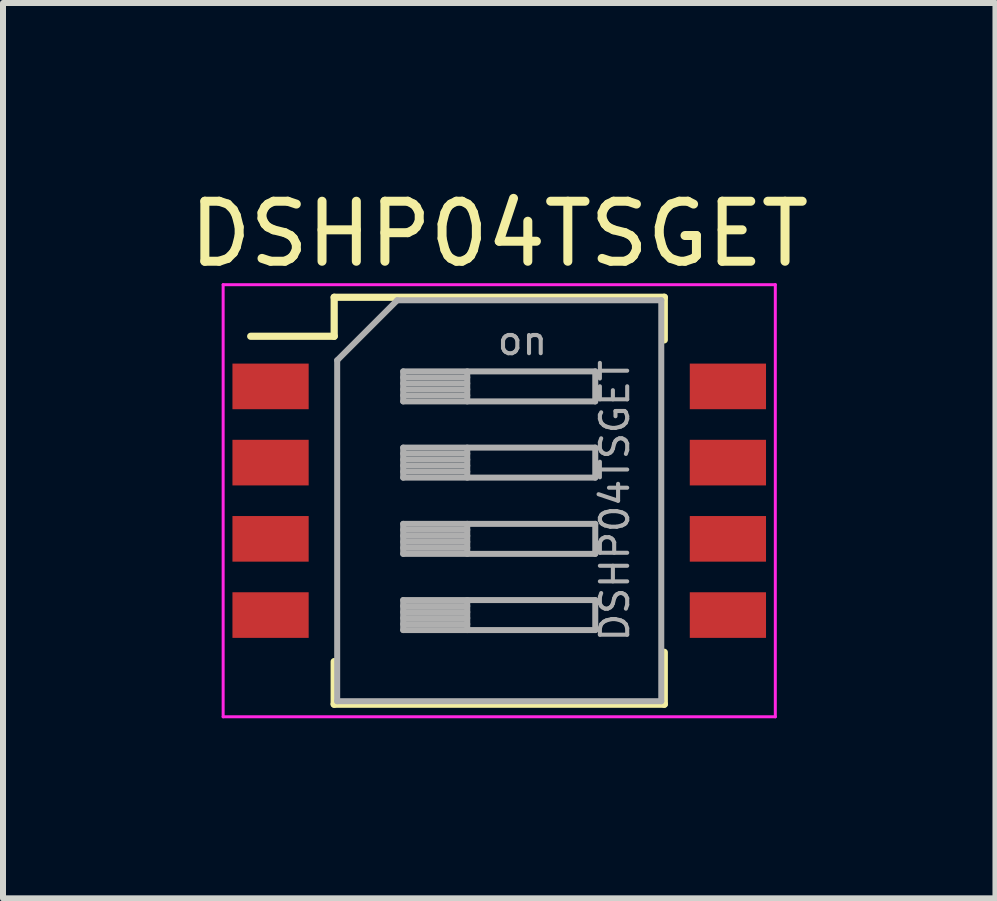
<source format=kicad_pcb>
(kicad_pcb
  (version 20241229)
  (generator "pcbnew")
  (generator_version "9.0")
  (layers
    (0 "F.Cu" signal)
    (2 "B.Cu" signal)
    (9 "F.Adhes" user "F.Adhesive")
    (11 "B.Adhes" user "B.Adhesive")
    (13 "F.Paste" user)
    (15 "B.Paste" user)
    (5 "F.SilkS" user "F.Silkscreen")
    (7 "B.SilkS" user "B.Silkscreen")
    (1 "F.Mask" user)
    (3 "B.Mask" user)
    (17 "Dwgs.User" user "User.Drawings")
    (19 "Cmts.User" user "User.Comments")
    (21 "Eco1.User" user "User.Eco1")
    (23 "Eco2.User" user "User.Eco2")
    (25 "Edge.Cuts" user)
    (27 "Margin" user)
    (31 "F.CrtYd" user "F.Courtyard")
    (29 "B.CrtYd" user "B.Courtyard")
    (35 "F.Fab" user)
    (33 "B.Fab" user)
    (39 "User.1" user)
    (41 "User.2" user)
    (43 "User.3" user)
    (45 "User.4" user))
  (footprint "DSHP04TSGET"
    (layer "F.Cu")
    (at 5.268 5.293)
    (property "Reference" "DSHP04TSGET" (at 0 -4.445 0) (layer "F.SilkS") (effects (font (size 1 1) (thickness 0.15))))
    (attr smd)
    (fp_line (start -4.141 -2.74) (end -2.75 -2.74) (stroke (width 0.12) (type solid)) (layer "F.SilkS"))
    (fp_line (start -2.75 -3.39) (end -2.75 -2.74) (stroke (width 0.12) (type solid)) (layer "F.SilkS"))
    (fp_line (start -2.75 -3.39) (end 2.75 -3.39) (stroke (width 0.12) (type solid)) (layer "F.SilkS"))
    (fp_line (start -2.75 2.68) (end -2.75 3.39) (stroke (width 0.12) (type solid)) (layer "F.SilkS"))
    (fp_line (start -2.75 3.39) (end 2.75 3.39) (stroke (width 0.12) (type solid)) (layer "F.SilkS"))
    (fp_line (start 2.75 -3.39) (end 2.75 -2.68) (stroke (width 0.12) (type solid)) (layer "F.SilkS"))
    (fp_line (start 2.75 2.525) (end 2.75 3.39) (stroke (width 0.12) (type solid)) (layer "F.SilkS"))
    (fp_line (start -4.6 -3.6) (end -4.6 3.6) (stroke (width 0.05) (type solid)) (layer "F.CrtYd"))
    (fp_line (start -4.6 3.6) (end 4.6 3.6) (stroke (width 0.05) (type solid)) (layer "F.CrtYd"))
    (fp_line (start 4.6 -3.6) (end -4.6 -3.6) (stroke (width 0.05) (type solid)) (layer "F.CrtYd"))
    (fp_line (start 4.6 3.6) (end 4.6 -3.6) (stroke (width 0.05) (type solid)) (layer "F.CrtYd"))
    (fp_line (start -2.7 -2.34) (end -1.7 -3.34) (stroke (width 0.1) (type solid)) (layer "F.Fab"))
    (fp_line (start -2.7 3.34) (end -2.7 -2.34) (stroke (width 0.1) (type solid)) (layer "F.Fab"))
    (fp_line (start -1.7 -3.34) (end 2.7 -3.34) (stroke (width 0.1) (type solid)) (layer "F.Fab"))
    (fp_line (start -1.6 -2.155) (end -1.6 -1.655) (stroke (width 0.1) (type solid)) (layer "F.Fab"))
    (fp_line (start -1.6 -2.055) (end -0.533 -2.055) (stroke (width 0.1) (type solid)) (layer "F.Fab"))
    (fp_line (start -1.6 -1.955) (end -0.533 -1.955) (stroke (width 0.1) (type solid)) (layer "F.Fab"))
    (fp_line (start -1.6 -1.855) (end -0.533 -1.855) (stroke (width 0.1) (type solid)) (layer "F.Fab"))
    (fp_line (start -1.6 -1.755) (end -0.533 -1.755) (stroke (width 0.1) (type solid)) (layer "F.Fab"))
    (fp_line (start -1.6 -1.655) (end 1.6 -1.655) (stroke (width 0.1) (type solid)) (layer "F.Fab"))
    (fp_line (start -1.6 -0.885) (end -1.6 -0.385) (stroke (width 0.1) (type solid)) (layer "F.Fab"))
    (fp_line (start -1.6 -0.785) (end -0.533 -0.785) (stroke (width 0.1) (type solid)) (layer "F.Fab"))
    (fp_line (start -1.6 -0.685) (end -0.533 -0.685) (stroke (width 0.1) (type solid)) (layer "F.Fab"))
    (fp_line (start -1.6 -0.585) (end -0.533 -0.585) (stroke (width 0.1) (type solid)) (layer "F.Fab"))
    (fp_line (start -1.6 -0.485) (end -0.533 -0.485) (stroke (width 0.1) (type solid)) (layer "F.Fab"))
    (fp_line (start -1.6 -0.385) (end 1.6 -0.385) (stroke (width 0.1) (type solid)) (layer "F.Fab"))
    (fp_line (start -1.6 0.385) (end -1.6 0.885) (stroke (width 0.1) (type solid)) (layer "F.Fab"))
    (fp_line (start -1.6 0.485) (end -0.533 0.485) (stroke (width 0.1) (type solid)) (layer "F.Fab"))
    (fp_line (start -1.6 0.585) (end -0.533 0.585) (stroke (width 0.1) (type solid)) (layer "F.Fab"))
    (fp_line (start -1.6 0.685) (end -0.533 0.685) (stroke (width 0.1) (type solid)) (layer "F.Fab"))
    (fp_line (start -1.6 0.785) (end -0.533 0.785) (stroke (width 0.1) (type solid)) (layer "F.Fab"))
    (fp_line (start -1.6 0.885) (end 1.6 0.885) (stroke (width 0.1) (type solid)) (layer "F.Fab"))
    (fp_line (start -1.6 1.655) (end -1.6 2.155) (stroke (width 0.1) (type solid)) (layer "F.Fab"))
    (fp_line (start -1.6 1.755) (end -0.533 1.755) (stroke (width 0.1) (type solid)) (layer "F.Fab"))
    (fp_line (start -1.6 1.855) (end -0.533 1.855) (stroke (width 0.1) (type solid)) (layer "F.Fab"))
    (fp_line (start -1.6 1.955) (end -0.533 1.955) (stroke (width 0.1) (type solid)) (layer "F.Fab"))
    (fp_line (start -1.6 2.055) (end -0.533 2.055) (stroke (width 0.1) (type solid)) (layer "F.Fab"))
    (fp_line (start -1.6 2.155) (end 1.6 2.155) (stroke (width 0.1) (type solid)) (layer "F.Fab"))
    (fp_line (start -0.533 -2.155) (end -0.533 -1.655) (stroke (width 0.1) (type solid)) (layer "F.Fab"))
    (fp_line (start -0.533 -0.885) (end -0.533 -0.385) (stroke (width 0.1) (type solid)) (layer "F.Fab"))
    (fp_line (start -0.533 0.385) (end -0.533 0.885) (stroke (width 0.1) (type solid)) (layer "F.Fab"))
    (fp_line (start -0.533 1.655) (end -0.533 2.155) (stroke (width 0.1) (type solid)) (layer "F.Fab"))
    (fp_line (start 1.6 -2.155) (end -1.6 -2.155) (stroke (width 0.1) (type solid)) (layer "F.Fab"))
    (fp_line (start 1.6 -1.655) (end 1.6 -2.155) (stroke (width 0.1) (type solid)) (layer "F.Fab"))
    (fp_line (start 1.6 -0.885) (end -1.6 -0.885) (stroke (width 0.1) (type solid)) (layer "F.Fab"))
    (fp_line (start 1.6 -0.385) (end 1.6 -0.885) (stroke (width 0.1) (type solid)) (layer "F.Fab"))
    (fp_line (start 1.6 0.385) (end -1.6 0.385) (stroke (width 0.1) (type solid)) (layer "F.Fab"))
    (fp_line (start 1.6 0.885) (end 1.6 0.385) (stroke (width 0.1) (type solid)) (layer "F.Fab"))
    (fp_line (start 1.6 1.655) (end -1.6 1.655) (stroke (width 0.1) (type solid)) (layer "F.Fab"))
    (fp_line (start 1.6 2.155) (end 1.6 1.655) (stroke (width 0.1) (type solid)) (layer "F.Fab"))
    (fp_line (start 2.7 -3.34) (end 2.7 3.34) (stroke (width 0.1) (type solid)) (layer "F.Fab"))
    (fp_line (start 2.7 3.34) (end -2.7 3.34) (stroke (width 0.1) (type solid)) (layer "F.Fab"))
    (fp_text user "${REFERENCE}" (at 1.925 0 90) (layer "F.Fab") (effects (font (size 0.455 0.455) (thickness 0.068))))
    (fp_text user "on" (at 0.388 -2.665 0) (layer "F.Fab") (effects (font (size 0.455 0.455) (thickness 0.068))))
    (pad "1" smd rect (at -3.81 -1.905) (size 1.27 0.76) (layers "F.Cu" "F.Mask" "F.Paste"))
    (pad "2" smd rect (at -3.81 -0.635) (size 1.27 0.76) (layers "F.Cu" "F.Mask" "F.Paste"))
    (pad "3" smd rect (at -3.81 0.635) (size 1.27 0.76) (layers "F.Cu" "F.Mask" "F.Paste"))
    (pad "4" smd rect (at -3.81 1.905) (size 1.27 0.76) (layers "F.Cu" "F.Mask" "F.Paste"))
    (pad "5" smd rect (at 3.81 1.905) (size 1.27 0.76) (layers "F.Cu" "F.Mask" "F.Paste"))
    (pad "6" smd rect (at 3.81 0.635) (size 1.27 0.76) (layers "F.Cu" "F.Mask" "F.Paste"))
    (pad "7" smd rect (at 3.81 -0.635) (size 1.27 0.76) (layers "F.Cu" "F.Mask" "F.Paste"))
    (pad "8" smd rect (at 3.81 -1.905) (size 1.27 0.76) (layers "F.Cu" "F.Mask" "F.Paste")))
  (gr_rect
    (start -3 -3)
    (end 13.536 11.918)
    (stroke (width 0.1) (type default))
    (fill no)
    (layer "Edge.Cuts")))
</source>
